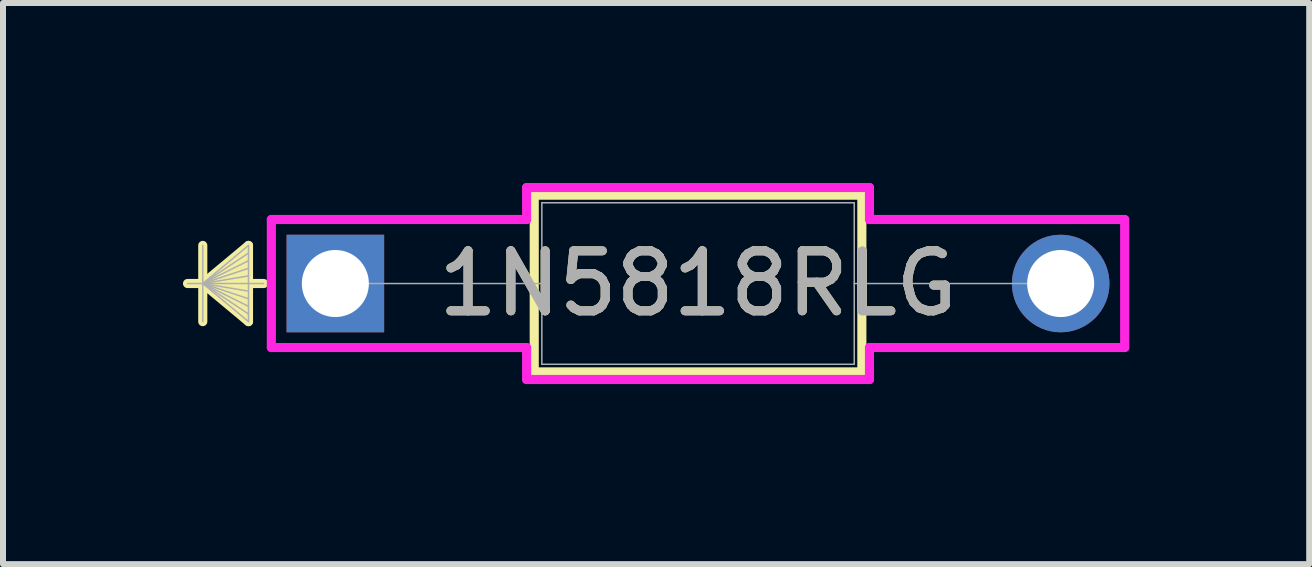
<source format=kicad_pcb>
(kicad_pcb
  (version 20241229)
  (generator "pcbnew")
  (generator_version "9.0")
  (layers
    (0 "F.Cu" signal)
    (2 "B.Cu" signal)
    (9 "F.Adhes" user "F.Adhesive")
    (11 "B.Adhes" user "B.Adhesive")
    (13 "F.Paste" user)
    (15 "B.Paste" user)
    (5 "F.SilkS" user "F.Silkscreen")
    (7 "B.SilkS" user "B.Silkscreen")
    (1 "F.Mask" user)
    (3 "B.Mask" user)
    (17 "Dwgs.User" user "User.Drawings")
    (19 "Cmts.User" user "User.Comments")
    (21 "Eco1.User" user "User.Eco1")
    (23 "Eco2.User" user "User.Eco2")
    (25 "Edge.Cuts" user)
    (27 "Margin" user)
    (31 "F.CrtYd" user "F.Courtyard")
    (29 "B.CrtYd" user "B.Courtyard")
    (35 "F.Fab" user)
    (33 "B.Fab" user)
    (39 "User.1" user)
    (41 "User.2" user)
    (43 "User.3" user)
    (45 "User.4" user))
  (footprint "1N5818RLG"
    (layer "F.Cu")
    (at 2.54 1.676)
    (property "Reference" "1N5818RLG" (at 6.045 0 0) (unlocked yes) (layer "F.SilkS") (effects (font (size 1 1) (thickness 0.15))))
    (attr through_hole)
    (fp_line (start -2.21 -0.635) (end -2.21 0.635) (stroke (width 0.152) (type solid)) (layer "F.SilkS"))
    (fp_line (start -2.21 0) (end -1.448 -0.635) (stroke (width 0.152) (type solid)) (layer "F.SilkS"))
    (fp_line (start -2.21 0) (end -1.448 -0.508) (stroke (width 0.152) (type solid)) (layer "F.SilkS"))
    (fp_line (start -2.21 0) (end -1.448 -0.381) (stroke (width 0.152) (type solid)) (layer "F.SilkS"))
    (fp_line (start -2.21 0) (end -1.448 -0.254) (stroke (width 0.152) (type solid)) (layer "F.SilkS"))
    (fp_line (start -2.21 0) (end -1.448 -0.127) (stroke (width 0.152) (type solid)) (layer "F.SilkS"))
    (fp_line (start -2.21 0) (end -1.448 0.127) (stroke (width 0.152) (type solid)) (layer "F.SilkS"))
    (fp_line (start -2.21 0) (end -1.448 0.254) (stroke (width 0.152) (type solid)) (layer "F.SilkS"))
    (fp_line (start -2.21 0) (end -1.448 0.381) (stroke (width 0.152) (type solid)) (layer "F.SilkS"))
    (fp_line (start -2.21 0) (end -1.448 0.508) (stroke (width 0.152) (type solid)) (layer "F.SilkS"))
    (fp_line (start -2.21 0) (end -1.448 0.635) (stroke (width 0.152) (type solid)) (layer "F.SilkS"))
    (fp_line (start -1.448 -0.635) (end -1.448 0.635) (stroke (width 0.152) (type solid)) (layer "F.SilkS"))
    (fp_line (start -1.194 0) (end -2.464 0) (stroke (width 0.152) (type solid)) (layer "F.SilkS"))
    (fp_line (start 3.315 -1.473) (end 3.315 1.473) (stroke (width 0.152) (type solid)) (layer "F.SilkS"))
    (fp_line (start 3.315 1.473) (end 8.776 1.473) (stroke (width 0.152) (type solid)) (layer "F.SilkS"))
    (fp_line (start 8.776 -1.473) (end 3.315 -1.473) (stroke (width 0.152) (type solid)) (layer "F.SilkS"))
    (fp_line (start 8.776 1.473) (end 8.776 -1.473) (stroke (width 0.152) (type solid)) (layer "F.SilkS"))
    (fp_line (start -1.067 -1.067) (end 3.188 -1.067) (stroke (width 0.152) (type solid)) (layer "F.CrtYd"))
    (fp_line (start -1.067 1.067) (end -1.067 -1.067) (stroke (width 0.152) (type solid)) (layer "F.CrtYd"))
    (fp_line (start 3.188 -1.6) (end 8.903 -1.6) (stroke (width 0.152) (type solid)) (layer "F.CrtYd"))
    (fp_line (start 3.188 -1.067) (end 3.188 -1.6) (stroke (width 0.152) (type solid)) (layer "F.CrtYd"))
    (fp_line (start 3.188 1.067) (end -1.067 1.067) (stroke (width 0.152) (type solid)) (layer "F.CrtYd"))
    (fp_line (start 3.188 1.6) (end 3.188 1.067) (stroke (width 0.152) (type solid)) (layer "F.CrtYd"))
    (fp_line (start 8.903 -1.6) (end 8.903 -1.067) (stroke (width 0.152) (type solid)) (layer "F.CrtYd"))
    (fp_line (start 8.903 -1.067) (end 13.157 -1.067) (stroke (width 0.152) (type solid)) (layer "F.CrtYd"))
    (fp_line (start 8.903 1.067) (end 8.903 1.6) (stroke (width 0.152) (type solid)) (layer "F.CrtYd"))
    (fp_line (start 8.903 1.6) (end 3.188 1.6) (stroke (width 0.152) (type solid)) (layer "F.CrtYd"))
    (fp_line (start 13.157 -1.067) (end 13.157 1.067) (stroke (width 0.152) (type solid)) (layer "F.CrtYd"))
    (fp_line (start 13.157 1.067) (end 8.903 1.067) (stroke (width 0.152) (type solid)) (layer "F.CrtYd"))
    (fp_line (start -2.21 -0.635) (end -2.21 0.635) (stroke (width 0.025) (type solid)) (layer "F.Fab"))
    (fp_line (start -2.21 0) (end -1.448 -0.635) (stroke (width 0.025) (type solid)) (layer "F.Fab"))
    (fp_line (start -2.21 0) (end -1.448 -0.508) (stroke (width 0.025) (type solid)) (layer "F.Fab"))
    (fp_line (start -2.21 0) (end -1.448 -0.381) (stroke (width 0.025) (type solid)) (layer "F.Fab"))
    (fp_line (start -2.21 0) (end -1.448 -0.254) (stroke (width 0.025) (type solid)) (layer "F.Fab"))
    (fp_line (start -2.21 0) (end -1.448 -0.127) (stroke (width 0.025) (type solid)) (layer "F.Fab"))
    (fp_line (start -2.21 0) (end -1.448 0.127) (stroke (width 0.025) (type solid)) (layer "F.Fab"))
    (fp_line (start -2.21 0) (end -1.448 0.254) (stroke (width 0.025) (type solid)) (layer "F.Fab"))
    (fp_line (start -2.21 0) (end -1.448 0.381) (stroke (width 0.025) (type solid)) (layer "F.Fab"))
    (fp_line (start -2.21 0) (end -1.448 0.508) (stroke (width 0.025) (type solid)) (layer "F.Fab"))
    (fp_line (start -2.21 0) (end -1.448 0.635) (stroke (width 0.025) (type solid)) (layer "F.Fab"))
    (fp_line (start -1.448 -0.635) (end -1.448 0.635) (stroke (width 0.025) (type solid)) (layer "F.Fab"))
    (fp_line (start -1.194 0) (end -2.464 0) (stroke (width 0.025) (type solid)) (layer "F.Fab"))
    (fp_line (start 0 0) (end 3.442 0) (stroke (width 0.025) (type solid)) (layer "F.Fab"))
    (fp_line (start 3.442 -1.346) (end 3.442 1.346) (stroke (width 0.025) (type solid)) (layer "F.Fab"))
    (fp_line (start 3.442 1.346) (end 8.649 1.346) (stroke (width 0.025) (type solid)) (layer "F.Fab"))
    (fp_line (start 8.649 -1.346) (end 3.442 -1.346) (stroke (width 0.025) (type solid)) (layer "F.Fab"))
    (fp_line (start 8.649 1.346) (end 8.649 -1.346) (stroke (width 0.025) (type solid)) (layer "F.Fab"))
    (fp_line (start 12.09 0) (end 8.649 0) (stroke (width 0.025) (type solid)) (layer "F.Fab"))
    (fp_text user "${REFERENCE}" (at 6.045 0 0) (unlocked yes) (layer "F.Fab") (effects (font (size 1 1) (thickness 0.15))))
    (pad "1" thru_hole rect (at 0 0) (size 1.626 1.626) (drill 1.118) (layers "*.Cu" "*.Mask"))
    (pad "2" thru_hole circle (at 12.09 0) (size 1.626 1.626) (drill 1.118) (layers "*.Cu" "*.Mask")))
  (gr_rect
    (start -3 -3)
    (end 18.773 6.353)
    (stroke (width 0.1) (type default))
    (fill no)
    (layer "Edge.Cuts")))
</source>
